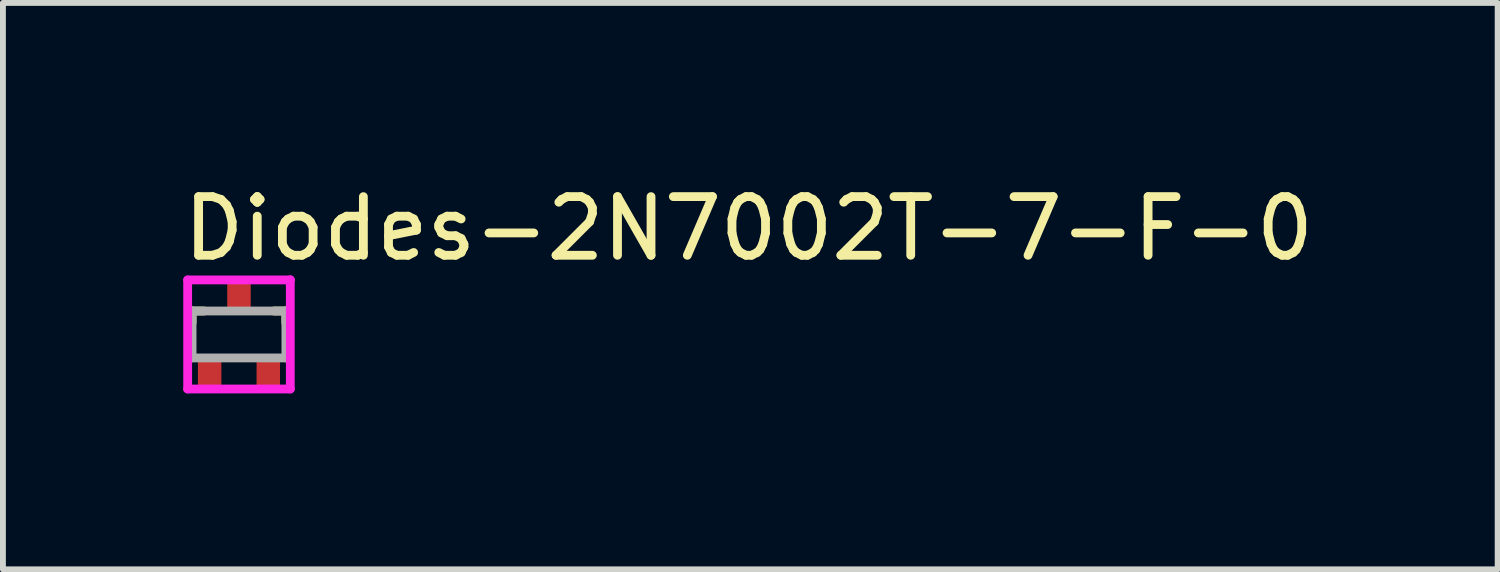
<source format=kicad_pcb>
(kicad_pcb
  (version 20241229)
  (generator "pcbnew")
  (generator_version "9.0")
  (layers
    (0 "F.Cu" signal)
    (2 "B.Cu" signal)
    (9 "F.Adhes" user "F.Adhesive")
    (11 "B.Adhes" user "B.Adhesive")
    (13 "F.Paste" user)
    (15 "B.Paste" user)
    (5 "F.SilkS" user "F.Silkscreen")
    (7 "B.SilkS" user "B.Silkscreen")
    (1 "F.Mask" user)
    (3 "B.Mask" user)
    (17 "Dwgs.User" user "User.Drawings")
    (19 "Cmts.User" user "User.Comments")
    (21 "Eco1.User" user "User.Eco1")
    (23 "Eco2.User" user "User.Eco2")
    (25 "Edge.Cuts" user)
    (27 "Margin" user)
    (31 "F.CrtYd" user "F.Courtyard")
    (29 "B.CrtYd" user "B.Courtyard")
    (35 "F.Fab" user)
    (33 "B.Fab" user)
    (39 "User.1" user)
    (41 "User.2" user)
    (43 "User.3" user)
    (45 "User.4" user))
  (footprint "Diodes-2N7002T-7-F-0"
    (layer "F.Cu")
    (at 1.025 2.653)
    (property "Reference" "Diodes-2N7002T-7-F-0" (at -1.025 -1.805 0) (layer "F.SilkS") (effects (font (size 1 1) (thickness 0.15)) (justify left)))
    (attr through_hole)
    (fp_line (start -0.8 -0.4) (end -0.6 -0.4) (stroke (width 0.15) (type solid)) (layer "F.SilkS"))
    (fp_line (start -0.8 -0.2) (end -0.8 -0.4) (stroke (width 0.15) (type solid)) (layer "F.SilkS"))
    (fp_line (start 0.6 -0.4) (end 0.8 -0.4) (stroke (width 0.15) (type solid)) (layer "F.SilkS"))
    (fp_line (start 0.8 -0.2) (end 0.8 -0.4) (stroke (width 0.15) (type solid)) (layer "F.SilkS"))
    (fp_line (start -0.875 -0.93) (end -0.875 0.93) (stroke (width 0.15) (type solid)) (layer "F.CrtYd"))
    (fp_line (start -0.875 0.93) (end 0.875 0.93) (stroke (width 0.15) (type solid)) (layer "F.CrtYd"))
    (fp_line (start 0.875 -0.93) (end -0.875 -0.93) (stroke (width 0.15) (type solid)) (layer "F.CrtYd"))
    (fp_line (start 0.875 -0.93) (end 0.875 -0.93) (stroke (width 0.15) (type solid)) (layer "F.CrtYd"))
    (fp_line (start 0.875 0.93) (end 0.875 -0.93) (stroke (width 0.15) (type solid)) (layer "F.CrtYd"))
    (fp_line (start -0.8 -0.4) (end 0.8 -0.4) (stroke (width 0.15) (type solid)) (layer "F.Fab"))
    (fp_line (start -0.8 0.4) (end -0.8 -0.4) (stroke (width 0.15) (type solid)) (layer "F.Fab"))
    (fp_line (start 0.8 -0.4) (end 0.8 0.4) (stroke (width 0.15) (type solid)) (layer "F.Fab"))
    (fp_line (start 0.8 0.4) (end -0.8 0.4) (stroke (width 0.15) (type solid)) (layer "F.Fab"))
    (pad "1" smd rect (at 0 -0.65) (size 0.4 0.51) (layers "F.Cu" "F.Mask" "F.Paste"))
    (pad "2" smd rect (at -0.5 0.65) (size 0.4 0.51) (layers "F.Cu" "F.Mask" "F.Paste"))
    (pad "3" smd rect (at 0.5 0.65) (size 0.4 0.51) (layers "F.Cu" "F.Mask" "F.Paste")))
  (gr_rect
    (start -3 -3)
    (end 22.488 6.658)
    (stroke (width 0.1) (type default))
    (fill no)
    (layer "Edge.Cuts")))
</source>
